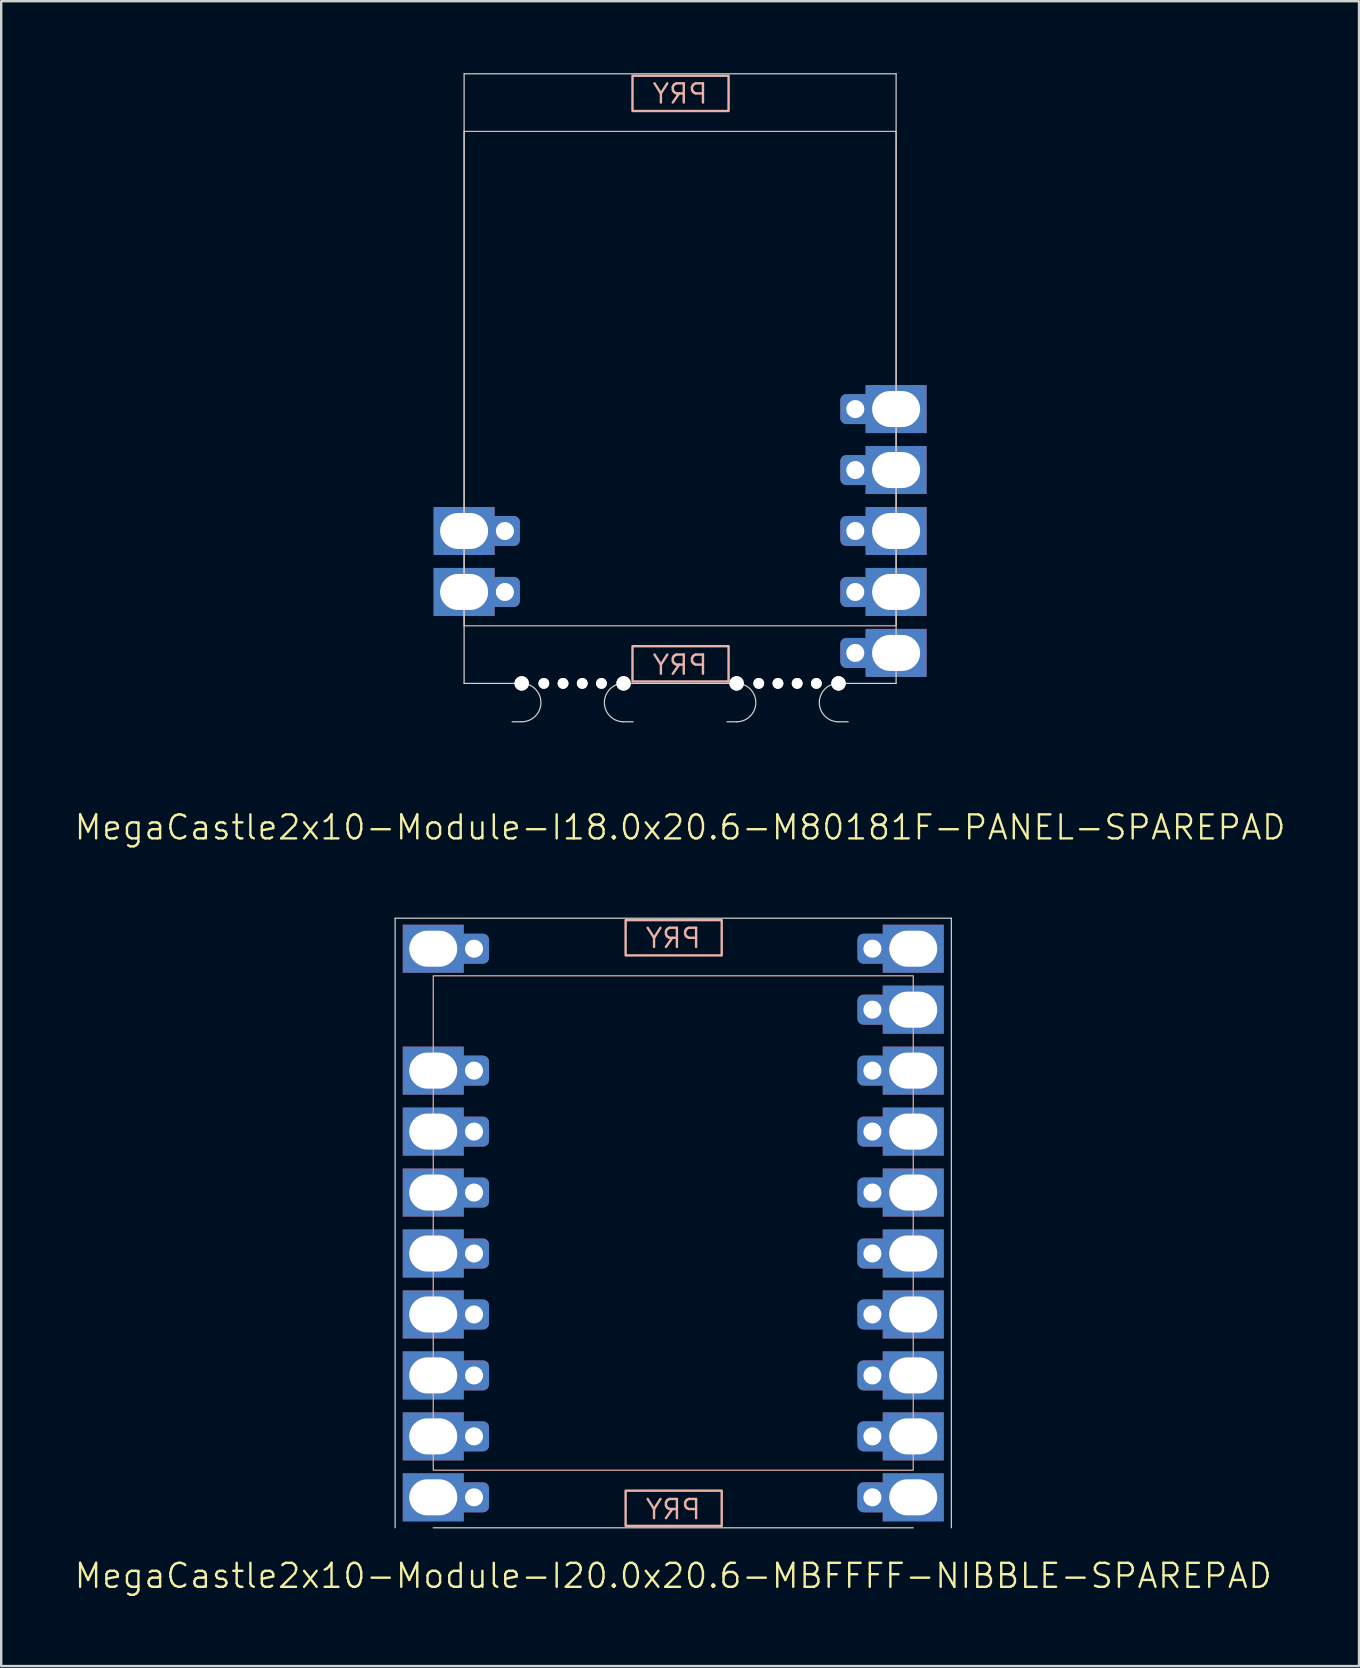
<source format=kicad_pcb>
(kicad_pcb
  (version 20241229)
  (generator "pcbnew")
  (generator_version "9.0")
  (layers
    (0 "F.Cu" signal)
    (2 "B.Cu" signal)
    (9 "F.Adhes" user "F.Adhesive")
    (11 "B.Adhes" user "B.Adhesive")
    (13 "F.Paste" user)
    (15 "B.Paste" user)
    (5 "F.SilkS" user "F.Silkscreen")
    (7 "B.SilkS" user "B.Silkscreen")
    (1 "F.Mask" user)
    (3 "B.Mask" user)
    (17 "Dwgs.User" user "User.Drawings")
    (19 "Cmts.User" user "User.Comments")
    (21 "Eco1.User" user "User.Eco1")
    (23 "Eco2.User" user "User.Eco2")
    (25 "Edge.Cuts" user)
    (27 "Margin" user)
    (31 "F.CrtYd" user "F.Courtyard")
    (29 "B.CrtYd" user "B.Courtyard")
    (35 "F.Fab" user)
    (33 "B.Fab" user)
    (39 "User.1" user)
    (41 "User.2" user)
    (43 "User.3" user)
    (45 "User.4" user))
  (footprint "MegaCastle2x10-Module-I18.0x20.6-M80181F-PANEL-SPAREPAD"
    (layer "F.Cu")
    (at 25.288 12.725)
    (property "Reference" "MegaCastle2x10-Module-I18.0x20.6-M80181F-PANEL-SPAREPAD" (at 0 18.7 0) (unlocked yes) (layer "F.SilkS") (effects (font (size 1 1) (thickness 0.1))))
    (attr smd)
    (fp_rect (start -9 10.3) (end 9 -10.3) (stroke (width 0.05) (type default)) (fill no) (layer "B.SilkS"))
    (fp_rect (start -1.984 -11.151) (end 2.02 -12.62) (stroke (width 0.1) (type default)) (fill no) (layer "B.SilkS"))
    (fp_rect (start -1.984 11.151) (end 2.02 12.62) (stroke (width 0.1) (type default)) (fill no) (layer "B.SilkS"))
    (fp_line (start -9 -12.7) (end -9 12.7) (stroke (width 0.05) (type default)) (layer "Edge.Cuts"))
    (fp_line (start -9 -12.7) (end 9 -12.7) (stroke (width 0.05) (type default)) (layer "Edge.Cuts"))
    (fp_line (start -9 12.7) (end -7 12.7) (stroke (width 0.05) (type default)) (layer "Edge.Cuts"))
    (fp_line (start -7 12.7) (end -6.6 12.7) (stroke (width 0.05) (type default)) (layer "Edge.Cuts"))
    (fp_line (start -7 14.3) (end -6.6 14.3) (stroke (width 0.05) (type default)) (layer "Edge.Cuts"))
    (fp_line (start -1.955 12.7) (end -2.355 12.7) (stroke (width 0.05) (type default)) (layer "Edge.Cuts"))
    (fp_line (start -1.955 12.7) (end 1.955 12.7) (stroke (width 0.05) (type default)) (layer "Edge.Cuts"))
    (fp_line (start -1.955 14.3) (end -2.355 14.3) (stroke (width 0.05) (type default)) (layer "Edge.Cuts"))
    (fp_line (start 1.955 12.7) (end 2.355 12.7) (stroke (width 0.05) (type default)) (layer "Edge.Cuts"))
    (fp_line (start 1.955 14.3) (end 2.355 14.3) (stroke (width 0.05) (type default)) (layer "Edge.Cuts"))
    (fp_line (start 7 12.7) (end 6.6 12.7) (stroke (width 0.05) (type default)) (layer "Edge.Cuts"))
    (fp_line (start 7 12.7) (end 9 12.7) (stroke (width 0.05) (type default)) (layer "Edge.Cuts"))
    (fp_line (start 7 14.3) (end 6.6 14.3) (stroke (width 0.05) (type default)) (layer "Edge.Cuts"))
    (fp_line (start 9 -12.7) (end 9 12.7) (stroke (width 0.05) (type default)) (layer "Edge.Cuts"))
    (fp_arc (start -6.6 12.7) (mid -5.8 13.5) (end -6.6 14.3) (stroke (width 0.05) (type default)) (layer "Edge.Cuts"))
    (fp_arc (start -2.355 14.3) (mid -3.155 13.5) (end -2.355 12.7) (stroke (width 0.05) (type default)) (layer "Edge.Cuts"))
    (fp_arc (start 2.355 12.7) (mid 3.155 13.5) (end 2.355 14.3) (stroke (width 0.05) (type default)) (layer "Edge.Cuts"))
    (fp_arc (start 6.6 14.3) (mid 5.8 13.5) (end 6.6 12.7) (stroke (width 0.05) (type default)) (layer "Edge.Cuts"))
    (fp_text user "PRY" (at 0 -11.4 0) (unlocked yes) (layer "B.SilkS") (effects (font (size 0.8 0.8) (thickness 0.1)) (justify bottom mirror)))
    (fp_text user "PRY" (at 0 12.4 0) (unlocked yes) (layer "B.SilkS") (effects (font (size 0.8 0.8) (thickness 0.1)) (justify bottom mirror)))
    (pad "" np_thru_hole circle (at -6.6 12.7) (size 0.6 0.6) (drill 0.6) (layers "*.Cu" "Edge.Cuts"))
    (pad "" np_thru_hole circle (at -5.678 12.7) (size 0.45 0.45) (drill 0.45) (layers "*.Cu" "Edge.Cuts"))
    (pad "" np_thru_hole circle (at -4.878 12.7) (size 0.45 0.45) (drill 0.45) (layers "*.Cu" "Edge.Cuts"))
    (pad "" np_thru_hole circle (at -4.077 12.7) (size 0.45 0.45) (drill 0.45) (layers "*.Cu" "Edge.Cuts"))
    (pad "" np_thru_hole circle (at -3.277 12.7) (size 0.45 0.45) (drill 0.45) (layers "*.Cu" "Edge.Cuts"))
    (pad "" np_thru_hole circle (at -2.355 12.7) (size 0.6 0.6) (drill 0.6) (layers "*.Cu" "Edge.Cuts"))
    (pad "" np_thru_hole circle (at 2.355 12.7) (size 0.6 0.6) (drill 0.6) (layers "*.Cu" "Edge.Cuts"))
    (pad "" np_thru_hole circle (at 3.277 12.7) (size 0.45 0.45) (drill 0.45) (layers "*.Cu" "Edge.Cuts"))
    (pad "" np_thru_hole circle (at 4.077 12.7) (size 0.45 0.45) (drill 0.45) (layers "*.Cu" "Edge.Cuts"))
    (pad "" np_thru_hole circle (at 4.878 12.7) (size 0.45 0.45) (drill 0.45) (layers "*.Cu" "Edge.Cuts"))
    (pad "" np_thru_hole circle (at 5.678 12.7) (size 0.45 0.45) (drill 0.45) (layers "*.Cu" "Edge.Cuts"))
    (pad "" np_thru_hole circle (at 6.6 12.7) (size 0.6 0.6) (drill 0.6) (layers "*.Cu" "Edge.Cuts"))
    (pad "8" thru_hole rect (at -9 6.35) (size 2.54 2) (drill oval 2 1.5) (property pad_prop_castellated) (layers "*.Cu" "*.Mask"))
    (pad "8" thru_hole roundrect (at -7.3 6.35 180) (size 1.25 1.25) (drill 0.75) (layers "*.Cu" "*.Mask") (roundrect_rratio 0.2))
    (pad "9" thru_hole rect (at -9 8.89) (size 2.54 2) (drill oval 2 1.5) (property pad_prop_castellated) (layers "*.Cu" "*.Mask"))
    (pad "9" thru_hole roundrect (at -7.3 8.89 180) (size 1.25 1.25) (drill 0.75) (layers "*.Cu" "*.Mask") (roundrect_rratio 0.2))
    (pad "16" thru_hole roundrect (at 7.3 1.27 180) (size 1.25 1.25) (drill 0.75) (layers "*.Cu" "*.Mask") (roundrect_rratio 0.2))
    (pad "16" thru_hole rect (at 9 1.27) (size 2.54 2) (drill oval 2 1.5) (property pad_prop_castellated) (layers "*.Cu" "*.Mask"))
    (pad "17" thru_hole roundrect (at 7.3 3.81 180) (size 1.25 1.25) (drill 0.75) (layers "*.Cu" "*.Mask") (roundrect_rratio 0.2))
    (pad "17" thru_hole rect (at 9 3.81) (size 2.54 2) (drill oval 2 1.5) (property pad_prop_castellated) (layers "*.Cu" "*.Mask"))
    (pad "18" thru_hole roundrect (at 7.3 6.35 180) (size 1.25 1.25) (drill 0.75) (layers "*.Cu" "*.Mask") (roundrect_rratio 0.2))
    (pad "18" thru_hole rect (at 9 6.35) (size 2.54 2) (drill oval 2 1.5) (property pad_prop_castellated) (layers "*.Cu" "*.Mask"))
    (pad "19" thru_hole roundrect (at 7.3 8.89 180) (size 1.25 1.25) (drill 0.75) (layers "*.Cu" "*.Mask") (roundrect_rratio 0.2))
    (pad "19" thru_hole rect (at 9 8.89) (size 2.54 2) (drill oval 2 1.5) (property pad_prop_castellated) (layers "*.Cu" "*.Mask"))
    (pad "20" thru_hole roundrect (at 7.3 11.43 180) (size 1.25 1.25) (drill 0.75) (layers "*.Cu" "*.Mask") (roundrect_rratio 0.2))
    (pad "20" thru_hole rect (at 9 11.43) (size 2.54 2) (drill oval 2 1.5) (property pad_prop_castellated) (layers "*.Cu" "*.Mask"))
    (zone (net_name "") (layer "B.Cu") (hatch edge 0.5) (connect_pads) (min_thickness 0.25) (filled_areas_thickness no) (keepout (tracks allowed) (vias allowed) (pads allowed) (copperpour allowed) (footprints not_allowed)) (placement (enabled no)) (fill) (polygon (pts (xy 16.288 25.425) (xy 16.288 0.025))))
    (zone (net_name "") (layer "B.Cu") (hatch edge 0.5) (connect_pads) (min_thickness 0.25) (filled_areas_thickness no) (keepout (tracks allowed) (vias allowed) (pads allowed) (copperpour allowed) (footprints not_allowed)) (placement (enabled no)) (fill) (polygon (pts (xy 34.288 25.425) (xy 34.288 0.025))))
    (zone (net_name "") (layer "B.Cu") (hatch edge 0.5) (connect_pads) (min_thickness 0.25) (filled_areas_thickness no) (keepout (tracks allowed) (vias allowed) (pads allowed) (copperpour allowed) (footprints not_allowed)) (placement (enabled no)) (fill) (polygon (pts (xy 16.288 0.025) (xy 16.288 2.425) (xy 34.288 2.425) (xy 34.288 0.025))))
    (zone (net_name "") (layer "B.Cu") (hatch edge 0.5) (connect_pads) (min_thickness 0.25) (filled_areas_thickness no) (keepout (tracks allowed) (vias allowed) (pads allowed) (copperpour allowed) (footprints not_allowed)) (placement (enabled no)) (fill) (polygon (pts (xy 16.288 25.425) (xy 16.288 23.025) (xy 34.288 23.025) (xy 34.288 25.425))))
    (zone (net_name "") (layer "B.Cu") (name "Upper Pry Zone") (hatch edge 0.5) (connect_pads) (min_thickness 0.25) (filled_areas_thickness no) (keepout (tracks not_allowed) (vias not_allowed) (pads not_allowed) (copperpour allowed) (footprints not_allowed)) (placement (enabled no)) (fill) (polygon (pts (xy 23.304 1.574) (xy 23.304 0.105) (xy 27.308 0.105) (xy 27.308 1.574))))
    (zone (net_name "") (layer "B.Cu") (name "Upper Pry Zone") (hatch edge 0.5) (connect_pads) (min_thickness 0.25) (filled_areas_thickness no) (keepout (tracks not_allowed) (vias not_allowed) (pads not_allowed) (copperpour allowed) (footprints not_allowed)) (placement (enabled no)) (fill) (polygon (pts (xy 23.304 23.876) (xy 23.304 25.345) (xy 27.308 25.345) (xy 27.308 23.876)))))
  (footprint "MegaCastle2x10-Module-I20.0x20.6-MBFFFF-NIBBLE-SPAREPAD"
    (layer "F.Cu")
    (at 25.002 47.91)
    (property "Reference" "MegaCastle2x10-Module-I20.0x20.6-MBFFFF-NIBBLE-SPAREPAD" (at 0 14.7 0) (unlocked yes) (layer "F.SilkS") (effects (font (size 1 1) (thickness 0.1))))
    (attr smd)
    (fp_rect (start -10 10.3) (end 10 -10.3) (stroke (width 0.05) (type default)) (fill no) (layer "B.SilkS"))
    (fp_rect (start -1.984 -11.151) (end 2.02 -12.62) (stroke (width 0.1) (type default)) (fill no) (layer "B.SilkS"))
    (fp_rect (start -1.984 11.151) (end 2.02 12.62) (stroke (width 0.1) (type default)) (fill no) (layer "B.SilkS"))
    (fp_line (start -11.588 -12.7) (end -11.588 12.7) (stroke (width 0.05) (type default)) (layer "Edge.Cuts"))
    (fp_line (start -11.588 -12.7) (end 11.588 -12.7) (stroke (width 0.05) (type default)) (layer "Edge.Cuts"))
    (fp_line (start -10 12.7) (end 10 12.7) (stroke (width 0.05) (type default)) (layer "Edge.Cuts"))
    (fp_line (start 11.588 -12.7) (end 11.588 12.7) (stroke (width 0.05) (type default)) (layer "Edge.Cuts"))
    (fp_text user "PRY" (at 0 -11.4 0) (unlocked yes) (layer "B.SilkS") (effects (font (size 0.8 0.8) (thickness 0.1)) (justify bottom mirror)))
    (fp_text user "PRY" (at 0 12.4 0) (unlocked yes) (layer "B.SilkS") (effects (font (size 0.8 0.8) (thickness 0.1)) (justify bottom mirror)))
    (pad "1" thru_hole rect (at -10 -11.43) (size 2.54 2) (drill oval 2 1.5) (property pad_prop_castellated) (layers "*.Cu" "*.Mask"))
    (pad "1" thru_hole roundrect (at -8.3 -11.43 180) (size 1.25 1.25) (drill 0.75) (layers "*.Cu" "*.Mask") (roundrect_rratio 0.2))
    (pad "3" thru_hole rect (at -10 -6.35) (size 2.54 2) (drill oval 2 1.5) (property pad_prop_castellated) (layers "*.Cu" "*.Mask"))
    (pad "3" thru_hole roundrect (at -8.3 -6.35 180) (size 1.25 1.25) (drill 0.75) (layers "*.Cu" "*.Mask") (roundrect_rratio 0.2))
    (pad "4" thru_hole rect (at -10 -3.81) (size 2.54 2) (drill oval 2 1.5) (property pad_prop_castellated) (layers "*.Cu" "*.Mask"))
    (pad "4" thru_hole roundrect (at -8.3 -3.81 180) (size 1.25 1.25) (drill 0.75) (layers "*.Cu" "*.Mask") (roundrect_rratio 0.2))
    (pad "5" thru_hole rect (at -10 -1.27) (size 2.54 2) (drill oval 2 1.5) (property pad_prop_castellated) (layers "*.Cu" "*.Mask"))
    (pad "5" thru_hole roundrect (at -8.3 -1.27 180) (size 1.25 1.25) (drill 0.75) (layers "*.Cu" "*.Mask") (roundrect_rratio 0.2))
    (pad "6" thru_hole rect (at -10 1.27) (size 2.54 2) (drill oval 2 1.5) (property pad_prop_castellated) (layers "*.Cu" "*.Mask"))
    (pad "6" thru_hole roundrect (at -8.3 1.27 180) (size 1.25 1.25) (drill 0.75) (layers "*.Cu" "*.Mask") (roundrect_rratio 0.2))
    (pad "7" thru_hole rect (at -10 3.81) (size 2.54 2) (drill oval 2 1.5) (property pad_prop_castellated) (layers "*.Cu" "*.Mask"))
    (pad "7" thru_hole roundrect (at -8.3 3.81 180) (size 1.25 1.25) (drill 0.75) (layers "*.Cu" "*.Mask") (roundrect_rratio 0.2))
    (pad "8" thru_hole rect (at -10 6.35) (size 2.54 2) (drill oval 2 1.5) (property pad_prop_castellated) (layers "*.Cu" "*.Mask"))
    (pad "8" thru_hole roundrect (at -8.3 6.35 180) (size 1.25 1.25) (drill 0.75) (layers "*.Cu" "*.Mask") (roundrect_rratio 0.2))
    (pad "9" thru_hole rect (at -10 8.89) (size 2.54 2) (drill oval 2 1.5) (property pad_prop_castellated) (layers "*.Cu" "*.Mask"))
    (pad "9" thru_hole roundrect (at -8.3 8.89 180) (size 1.25 1.25) (drill 0.75) (layers "*.Cu" "*.Mask") (roundrect_rratio 0.2))
    (pad "10" thru_hole rect (at -10 11.43) (size 2.54 2) (drill oval 2 1.5) (property pad_prop_castellated) (layers "*.Cu" "*.Mask"))
    (pad "10" thru_hole roundrect (at -8.3 11.43 180) (size 1.25 1.25) (drill 0.75) (layers "*.Cu" "*.Mask") (roundrect_rratio 0.2))
    (pad "11" thru_hole roundrect (at 8.3 -11.43 180) (size 1.25 1.25) (drill 0.75) (layers "*.Cu" "*.Mask") (roundrect_rratio 0.2))
    (pad "11" thru_hole rect (at 10 -11.43) (size 2.54 2) (drill oval 2 1.5) (property pad_prop_castellated) (layers "*.Cu" "*.Mask"))
    (pad "12" thru_hole roundrect (at 8.3 -8.89 180) (size 1.25 1.25) (drill 0.75) (layers "*.Cu" "*.Mask") (roundrect_rratio 0.2))
    (pad "12" thru_hole rect (at 10 -8.89) (size 2.54 2) (drill oval 2 1.5) (property pad_prop_castellated) (layers "*.Cu" "*.Mask"))
    (pad "13" thru_hole roundrect (at 8.3 -6.35 180) (size 1.25 1.25) (drill 0.75) (layers "*.Cu" "*.Mask") (roundrect_rratio 0.2))
    (pad "13" thru_hole rect (at 10 -6.35) (size 2.54 2) (drill oval 2 1.5) (property pad_prop_castellated) (layers "*.Cu" "*.Mask"))
    (pad "14" thru_hole roundrect (at 8.3 -3.81 180) (size 1.25 1.25) (drill 0.75) (layers "*.Cu" "*.Mask") (roundrect_rratio 0.2))
    (pad "14" thru_hole rect (at 10 -3.81) (size 2.54 2) (drill oval 2 1.5) (property pad_prop_castellated) (layers "*.Cu" "*.Mask"))
    (pad "15" thru_hole roundrect (at 8.3 -1.27 180) (size 1.25 1.25) (drill 0.75) (layers "*.Cu" "*.Mask") (roundrect_rratio 0.2))
    (pad "15" thru_hole rect (at 10 -1.27) (size 2.54 2) (drill oval 2 1.5) (property pad_prop_castellated) (layers "*.Cu" "*.Mask"))
    (pad "16" thru_hole roundrect (at 8.3 1.27 180) (size 1.25 1.25) (drill 0.75) (layers "*.Cu" "*.Mask") (roundrect_rratio 0.2))
    (pad "16" thru_hole rect (at 10 1.27) (size 2.54 2) (drill oval 2 1.5) (property pad_prop_castellated) (layers "*.Cu" "*.Mask"))
    (pad "17" thru_hole roundrect (at 8.3 3.81 180) (size 1.25 1.25) (drill 0.75) (layers "*.Cu" "*.Mask") (roundrect_rratio 0.2))
    (pad "17" thru_hole rect (at 10 3.81) (size 2.54 2) (drill oval 2 1.5) (property pad_prop_castellated) (layers "*.Cu" "*.Mask"))
    (pad "18" thru_hole roundrect (at 8.3 6.35 180) (size 1.25 1.25) (drill 0.75) (layers "*.Cu" "*.Mask") (roundrect_rratio 0.2))
    (pad "18" thru_hole rect (at 10 6.35) (size 2.54 2) (drill oval 2 1.5) (property pad_prop_castellated) (layers "*.Cu" "*.Mask"))
    (pad "19" thru_hole roundrect (at 8.3 8.89 180) (size 1.25 1.25) (drill 0.75) (layers "*.Cu" "*.Mask") (roundrect_rratio 0.2))
    (pad "19" thru_hole rect (at 10 8.89) (size 2.54 2) (drill oval 2 1.5) (property pad_prop_castellated) (layers "*.Cu" "*.Mask"))
    (pad "20" thru_hole roundrect (at 8.3 11.43 180) (size 1.25 1.25) (drill 0.75) (layers "*.Cu" "*.Mask") (roundrect_rratio 0.2))
    (pad "20" thru_hole rect (at 10 11.43) (size 2.54 2) (drill oval 2 1.5) (property pad_prop_castellated) (layers "*.Cu" "*.Mask"))
    (zone (net_name "") (layer "B.Cu") (hatch edge 0.5) (connect_pads) (min_thickness 0.25) (filled_areas_thickness no) (keepout (tracks allowed) (vias allowed) (pads allowed) (copperpour allowed) (footprints not_allowed)) (placement (enabled no)) (fill) (polygon (pts (xy 15.002 60.611) (xy 15.002 35.211))))
    (zone (net_name "") (layer "B.Cu") (hatch edge 0.5) (connect_pads) (min_thickness 0.25) (filled_areas_thickness no) (keepout (tracks allowed) (vias allowed) (pads allowed) (copperpour allowed) (footprints not_allowed)) (placement (enabled no)) (fill) (polygon (pts (xy 35.002 60.611) (xy 35.002 35.211))))
    (zone (net_name "") (layer "B.Cu") (hatch edge 0.5) (connect_pads) (min_thickness 0.25) (filled_areas_thickness no) (keepout (tracks allowed) (vias allowed) (pads allowed) (copperpour allowed) (footprints not_allowed)) (placement (enabled no)) (fill) (polygon (pts (xy 15.002 35.211) (xy 15.002 37.611) (xy 35.002 37.611) (xy 35.002 35.211))))
    (zone (net_name "") (layer "B.Cu") (hatch edge 0.5) (connect_pads) (min_thickness 0.25) (filled_areas_thickness no) (keepout (tracks allowed) (vias allowed) (pads allowed) (copperpour allowed) (footprints not_allowed)) (placement (enabled no)) (fill) (polygon (pts (xy 15.002 60.611) (xy 15.002 58.211) (xy 35.002 58.211) (xy 35.002 60.611))))
    (zone (net_name "") (layer "B.Cu") (name "Upper Pry Zone") (hatch edge 0.5) (connect_pads) (min_thickness 0.25) (filled_areas_thickness no) (keepout (tracks not_allowed) (vias not_allowed) (pads not_allowed) (copperpour allowed) (footprints not_allowed)) (placement (enabled no)) (fill) (polygon (pts (xy 23.018 36.759) (xy 23.018 35.291) (xy 27.022 35.291) (xy 27.022 36.759))))
    (zone (net_name "") (layer "B.Cu") (name "Upper Pry Zone") (hatch edge 0.5) (connect_pads) (min_thickness 0.25) (filled_areas_thickness no) (keepout (tracks not_allowed) (vias not_allowed) (pads not_allowed) (copperpour allowed) (footprints not_allowed)) (placement (enabled no)) (fill) (polygon (pts (xy 23.018 59.062) (xy 23.018 60.531) (xy 27.022 60.531) (xy 27.022 59.062)))))
  (gr_rect
    (start -3 -3)
    (end 53.576 66.371)
    (stroke (width 0.1) (type default))
    (fill no)
    (layer "Edge.Cuts")))
</source>
